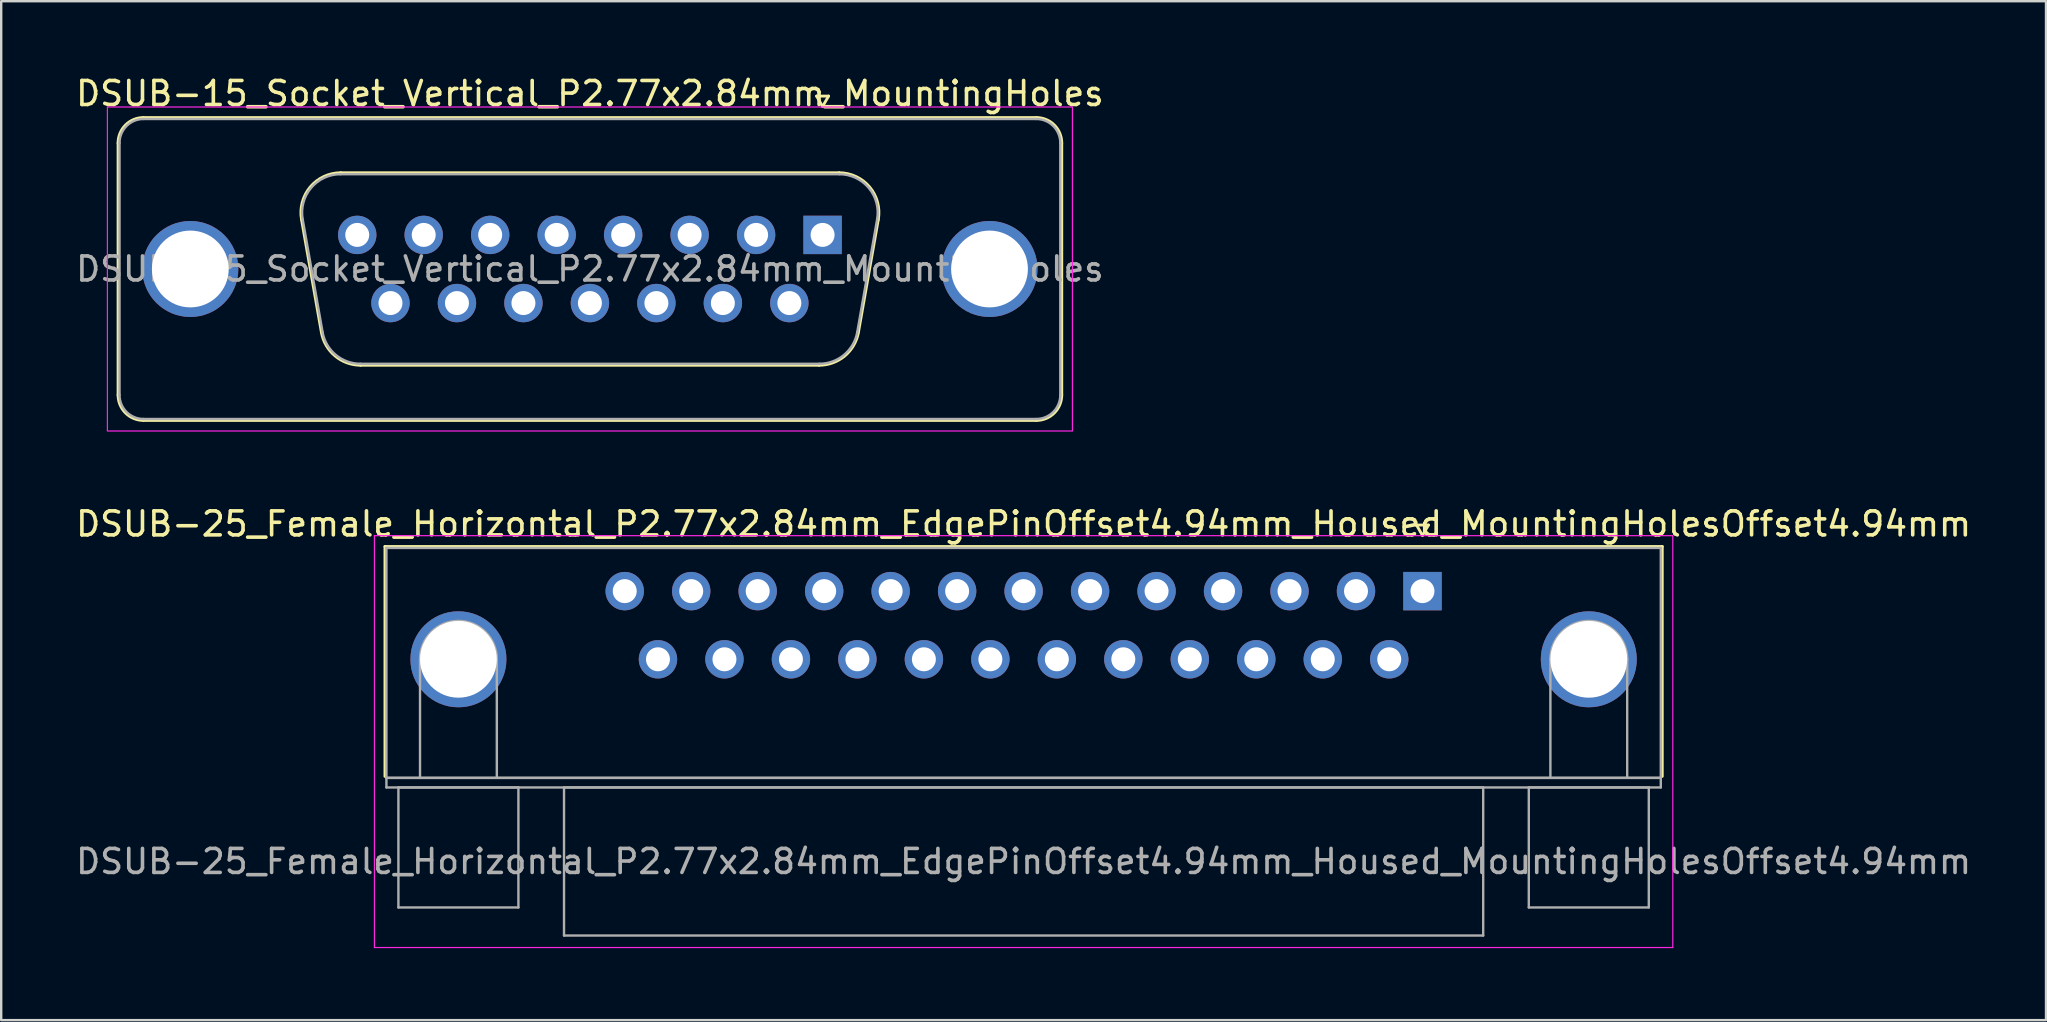
<source format=kicad_pcb>
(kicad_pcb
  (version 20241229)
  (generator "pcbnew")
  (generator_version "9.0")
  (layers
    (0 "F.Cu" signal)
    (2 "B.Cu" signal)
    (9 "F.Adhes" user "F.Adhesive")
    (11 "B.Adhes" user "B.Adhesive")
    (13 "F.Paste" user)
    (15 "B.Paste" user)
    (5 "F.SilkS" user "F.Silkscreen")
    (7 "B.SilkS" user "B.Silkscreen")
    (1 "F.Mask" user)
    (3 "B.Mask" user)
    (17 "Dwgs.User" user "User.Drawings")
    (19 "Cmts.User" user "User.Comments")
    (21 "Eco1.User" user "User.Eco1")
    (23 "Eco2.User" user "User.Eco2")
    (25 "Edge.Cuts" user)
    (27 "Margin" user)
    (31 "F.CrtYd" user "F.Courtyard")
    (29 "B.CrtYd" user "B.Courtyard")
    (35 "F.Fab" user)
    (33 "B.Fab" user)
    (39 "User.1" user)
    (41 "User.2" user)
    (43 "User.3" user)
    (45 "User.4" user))
  (footprint "DSUB-15_Socket_Vertical_P2.77x2.84mm_MountingHoles"
    (layer "F.Cu")
    (at 31.225 6.738)
    (property "Reference" "DSUB-15_Socket_Vertical_P2.77x2.84mm_MountingHoles" (at -9.695 -5.89 0) (layer "F.SilkS") (effects (font (size 1 1) (thickness 0.15))))
    (attr through_hole)
    (fp_line (start -29.355 6.67) (end -29.355 -3.83) (stroke (width 0.12) (type solid)) (layer "F.SilkS"))
    (fp_line (start -28.295 -4.89) (end 8.905 -4.89) (stroke (width 0.12) (type solid)) (layer "F.SilkS"))
    (fp_line (start -20.883 4.058) (end -21.711 -0.642) (stroke (width 0.12) (type solid)) (layer "F.SilkS"))
    (fp_line (start -20.077 -2.59) (end 0.687 -2.59) (stroke (width 0.12) (type solid)) (layer "F.SilkS"))
    (fp_line (start -0.25 -5.784) (end 0.25 -5.784) (stroke (width 0.12) (type solid)) (layer "F.SilkS"))
    (fp_line (start -0.142 5.43) (end -19.248 5.43) (stroke (width 0.12) (type solid)) (layer "F.SilkS"))
    (fp_line (start 0 -5.351) (end -0.25 -5.784) (stroke (width 0.12) (type solid)) (layer "F.SilkS"))
    (fp_line (start 0.25 -5.784) (end 0 -5.351) (stroke (width 0.12) (type solid)) (layer "F.SilkS"))
    (fp_line (start 2.321 -0.642) (end 1.493 4.058) (stroke (width 0.12) (type solid)) (layer "F.SilkS"))
    (fp_line (start 8.905 7.73) (end -28.295 7.73) (stroke (width 0.12) (type solid)) (layer "F.SilkS"))
    (fp_line (start 9.965 -3.83) (end 9.965 6.67) (stroke (width 0.12) (type solid)) (layer "F.SilkS"))
    (fp_arc (start -29.355 -3.83) (mid -29.044533 -4.579533) (end -28.295 -4.89) (stroke (width 0.12) (type solid)) (layer "F.SilkS"))
    (fp_arc (start -28.295 7.73) (mid -29.044533 7.419533) (end -29.355 6.67) (stroke (width 0.12) (type solid)) (layer "F.SilkS"))
    (fp_arc (start -21.71147 -0.641744) (mid -21.348323 -1.997027) (end -20.076689 -2.59) (stroke (width 0.12) (type solid)) (layer "F.SilkS"))
    (fp_arc (start -19.247952 5.43) (mid -20.31498 5.041634) (end -20.882733 4.058256) (stroke (width 0.12) (type solid)) (layer "F.SilkS"))
    (fp_arc (start 0.686689 -2.59) (mid 1.958323 -1.997027) (end 2.32147 -0.641744) (stroke (width 0.12) (type solid)) (layer "F.SilkS"))
    (fp_arc (start 1.492733 4.058256) (mid 0.92498 5.041634) (end -0.142048 5.43) (stroke (width 0.12) (type solid)) (layer "F.SilkS"))
    (fp_arc (start 8.905 -4.89) (mid 9.654533 -4.579533) (end 9.965 -3.83) (stroke (width 0.12) (type solid)) (layer "F.SilkS"))
    (fp_arc (start 9.965 6.67) (mid 9.654533 7.419533) (end 8.905 7.73) (stroke (width 0.12) (type solid)) (layer "F.SilkS"))
    (fp_rect (start -29.8 -5.33) (end 10.41 8.17) (stroke (width 0.05) (type solid)) (fill no) (layer "F.CrtYd"))
    (fp_line (start -29.295 6.67) (end -29.295 -3.83) (stroke (width 0.1) (type solid)) (layer "F.Fab"))
    (fp_line (start -28.295 -4.83) (end 8.905 -4.83) (stroke (width 0.1) (type solid)) (layer "F.Fab"))
    (fp_line (start -20.835 4.048) (end -21.664 -0.652) (stroke (width 0.1) (type solid)) (layer "F.Fab"))
    (fp_line (start -20.088 -2.53) (end 0.698 -2.53) (stroke (width 0.1) (type solid)) (layer "F.Fab"))
    (fp_line (start -0.131 5.37) (end -19.259 5.37) (stroke (width 0.1) (type solid)) (layer "F.Fab"))
    (fp_line (start 2.274 -0.652) (end 1.445 4.048) (stroke (width 0.1) (type solid)) (layer "F.Fab"))
    (fp_line (start 8.905 7.67) (end -28.295 7.67) (stroke (width 0.1) (type solid)) (layer "F.Fab"))
    (fp_line (start 9.905 -3.83) (end 9.905 6.67) (stroke (width 0.1) (type solid)) (layer "F.Fab"))
    (fp_arc (start -29.295 -3.83) (mid -29.002107 -4.537107) (end -28.295 -4.83) (stroke (width 0.1) (type solid)) (layer "F.Fab"))
    (fp_arc (start -28.295 7.67) (mid -29.002107 7.377107) (end -29.295 6.67) (stroke (width 0.1) (type solid)) (layer "F.Fab"))
    (fp_arc (start -21.663887 -0.652163) (mid -21.313865 -1.95846) (end -20.088194 -2.53) (stroke (width 0.1) (type solid)) (layer "F.Fab"))
    (fp_arc (start -19.259457 5.37) (mid -20.287918 4.995671) (end -20.83515 4.047837) (stroke (width 0.1) (type solid)) (layer "F.Fab"))
    (fp_arc (start 0.698194 -2.53) (mid 1.923865 -1.95846) (end 2.273887 -0.652163) (stroke (width 0.1) (type solid)) (layer "F.Fab"))
    (fp_arc (start 1.44515 4.047837) (mid 0.897918 4.995671) (end -0.130543 5.37) (stroke (width 0.1) (type solid)) (layer "F.Fab"))
    (fp_arc (start 8.905 -4.83) (mid 9.612107 -4.537107) (end 9.905 -3.83) (stroke (width 0.1) (type solid)) (layer "F.Fab"))
    (fp_arc (start 9.905 6.67) (mid 9.612107 7.377107) (end 8.905 7.67) (stroke (width 0.1) (type solid)) (layer "F.Fab"))
    (fp_text user "${REFERENCE}" (at -9.695 1.42 0) (layer "F.Fab") (effects (font (size 1 1) (thickness 0.15))))
    (pad "1" thru_hole rect (at 0 0) (size 1.6 1.6) (drill 1) (layers "*.Cu" "*.Mask"))
    (pad "2" thru_hole circle (at -2.77 0) (size 1.6 1.6) (drill 1) (layers "*.Cu" "*.Mask"))
    (pad "3" thru_hole circle (at -5.54 0) (size 1.6 1.6) (drill 1) (layers "*.Cu" "*.Mask"))
    (pad "4" thru_hole circle (at -8.31 0) (size 1.6 1.6) (drill 1) (layers "*.Cu" "*.Mask"))
    (pad "5" thru_hole circle (at -11.08 0) (size 1.6 1.6) (drill 1) (layers "*.Cu" "*.Mask"))
    (pad "6" thru_hole circle (at -13.85 0) (size 1.6 1.6) (drill 1) (layers "*.Cu" "*.Mask"))
    (pad "7" thru_hole circle (at -16.62 0) (size 1.6 1.6) (drill 1) (layers "*.Cu" "*.Mask"))
    (pad "8" thru_hole circle (at -19.39 0) (size 1.6 1.6) (drill 1) (layers "*.Cu" "*.Mask"))
    (pad "9" thru_hole circle (at -1.385 2.84) (size 1.6 1.6) (drill 1) (layers "*.Cu" "*.Mask"))
    (pad "10" thru_hole circle (at -4.155 2.84) (size 1.6 1.6) (drill 1) (layers "*.Cu" "*.Mask"))
    (pad "11" thru_hole circle (at -6.925 2.84) (size 1.6 1.6) (drill 1) (layers "*.Cu" "*.Mask"))
    (pad "12" thru_hole circle (at -9.695 2.84) (size 1.6 1.6) (drill 1) (layers "*.Cu" "*.Mask"))
    (pad "13" thru_hole circle (at -12.465 2.84) (size 1.6 1.6) (drill 1) (layers "*.Cu" "*.Mask"))
    (pad "14" thru_hole circle (at -15.235 2.84) (size 1.6 1.6) (drill 1) (layers "*.Cu" "*.Mask"))
    (pad "15" thru_hole circle (at -18.005 2.84) (size 1.6 1.6) (drill 1) (layers "*.Cu" "*.Mask"))
    (pad "SH" thru_hole circle (at -26.345 1.42) (size 4 4) (drill 3.2) (layers "*.Cu" "*.Mask"))
    (pad "SH" thru_hole circle (at 6.955 1.42) (size 4 4) (drill 3.2) (layers "*.Cu" "*.Mask")))
  (footprint "DSUB-25_Female_Horizontal_P2.77x2.84mm_EdgePinOffset4.94mm_Housed_MountingHolesOffset4.94mm"
    (layer "F.Cu")
    (at 56.221 21.581)
    (property "Reference" "DSUB-25_Female_Horizontal_P2.77x2.84mm_EdgePinOffset4.94mm_Housed_MountingHolesOffset4.94mm" (at -16.62 -2.8 0) (layer "F.SilkS") (effects (font (size 1 1) (thickness 0.15))))
    (attr through_hole)
    (fp_line (start -43.23 -1.86) (end 9.99 -1.86) (stroke (width 0.12) (type solid)) (layer "F.SilkS"))
    (fp_line (start -43.23 7.72) (end -43.23 -1.86) (stroke (width 0.12) (type solid)) (layer "F.SilkS"))
    (fp_line (start -0.25 -2.754) (end 0.25 -2.754) (stroke (width 0.12) (type solid)) (layer "F.SilkS"))
    (fp_line (start 0 -2.321) (end -0.25 -2.754) (stroke (width 0.12) (type solid)) (layer "F.SilkS"))
    (fp_line (start 0.25 -2.754) (end 0 -2.321) (stroke (width 0.12) (type solid)) (layer "F.SilkS"))
    (fp_line (start 9.99 -1.86) (end 9.99 7.72) (stroke (width 0.12) (type solid)) (layer "F.SilkS"))
    (fp_line (start -43.67 -2.31) (end -43.67 14.85) (stroke (width 0.05) (type solid)) (layer "F.CrtYd"))
    (fp_line (start -43.67 14.85) (end 10.43 14.85) (stroke (width 0.05) (type solid)) (layer "F.CrtYd"))
    (fp_line (start 10.43 -2.31) (end -43.67 -2.31) (stroke (width 0.05) (type solid)) (layer "F.CrtYd"))
    (fp_line (start 10.43 14.85) (end 10.43 -2.31) (stroke (width 0.05) (type solid)) (layer "F.CrtYd"))
    (fp_line (start -43.17 -1.8) (end -43.17 7.78) (stroke (width 0.1) (type solid)) (layer "F.Fab"))
    (fp_line (start -43.17 7.78) (end -43.17 8.18) (stroke (width 0.1) (type solid)) (layer "F.Fab"))
    (fp_line (start -43.17 7.78) (end 9.93 7.78) (stroke (width 0.1) (type solid)) (layer "F.Fab"))
    (fp_line (start -43.17 8.18) (end 9.93 8.18) (stroke (width 0.1) (type solid)) (layer "F.Fab"))
    (fp_line (start -42.67 8.18) (end -42.67 13.18) (stroke (width 0.1) (type solid)) (layer "F.Fab"))
    (fp_line (start -42.67 13.18) (end -37.67 13.18) (stroke (width 0.1) (type solid)) (layer "F.Fab"))
    (fp_line (start -41.77 7.78) (end -41.77 2.84) (stroke (width 0.1) (type solid)) (layer "F.Fab"))
    (fp_line (start -38.57 7.78) (end -38.57 2.84) (stroke (width 0.1) (type solid)) (layer "F.Fab"))
    (fp_line (start -37.67 8.18) (end -42.67 8.18) (stroke (width 0.1) (type solid)) (layer "F.Fab"))
    (fp_line (start -37.67 13.18) (end -37.67 8.18) (stroke (width 0.1) (type solid)) (layer "F.Fab"))
    (fp_line (start -35.77 8.18) (end -35.77 14.35) (stroke (width 0.1) (type solid)) (layer "F.Fab"))
    (fp_line (start -35.77 14.35) (end 2.53 14.35) (stroke (width 0.1) (type solid)) (layer "F.Fab"))
    (fp_line (start 2.53 8.18) (end -35.77 8.18) (stroke (width 0.1) (type solid)) (layer "F.Fab"))
    (fp_line (start 2.53 14.35) (end 2.53 8.18) (stroke (width 0.1) (type solid)) (layer "F.Fab"))
    (fp_line (start 4.43 8.18) (end 4.43 13.18) (stroke (width 0.1) (type solid)) (layer "F.Fab"))
    (fp_line (start 4.43 13.18) (end 9.43 13.18) (stroke (width 0.1) (type solid)) (layer "F.Fab"))
    (fp_line (start 5.33 7.78) (end 5.33 2.84) (stroke (width 0.1) (type solid)) (layer "F.Fab"))
    (fp_line (start 8.53 7.78) (end 8.53 2.84) (stroke (width 0.1) (type solid)) (layer "F.Fab"))
    (fp_line (start 9.43 8.18) (end 4.43 8.18) (stroke (width 0.1) (type solid)) (layer "F.Fab"))
    (fp_line (start 9.43 13.18) (end 9.43 8.18) (stroke (width 0.1) (type solid)) (layer "F.Fab"))
    (fp_line (start 9.93 -1.8) (end -43.17 -1.8) (stroke (width 0.1) (type solid)) (layer "F.Fab"))
    (fp_line (start 9.93 7.78) (end -43.17 7.78) (stroke (width 0.1) (type solid)) (layer "F.Fab"))
    (fp_line (start 9.93 7.78) (end 9.93 -1.8) (stroke (width 0.1) (type solid)) (layer "F.Fab"))
    (fp_line (start 9.93 8.18) (end 9.93 7.78) (stroke (width 0.1) (type solid)) (layer "F.Fab"))
    (fp_arc (start -41.77 2.84) (mid -40.17 1.24) (end -38.57 2.84) (stroke (width 0.1) (type solid)) (layer "F.Fab"))
    (fp_arc (start 5.33 2.84) (mid 6.93 1.24) (end 8.53 2.84) (stroke (width 0.1) (type solid)) (layer "F.Fab"))
    (fp_text user "${REFERENCE}" (at -16.62 11.265 0) (layer "F.Fab") (effects (font (size 1 1) (thickness 0.15))))
    (pad "0" thru_hole circle (at -40.17 2.84) (size 4 4) (drill 3.2) (layers "*.Cu" "*.Mask"))
    (pad "0" thru_hole circle (at 6.93 2.84) (size 4 4) (drill 3.2) (layers "*.Cu" "*.Mask"))
    (pad "1" thru_hole rect (at 0 0) (size 1.6 1.6) (drill 1) (layers "*.Cu" "*.Mask"))
    (pad "2" thru_hole circle (at -2.77 0) (size 1.6 1.6) (drill 1) (layers "*.Cu" "*.Mask"))
    (pad "3" thru_hole circle (at -5.54 0) (size 1.6 1.6) (drill 1) (layers "*.Cu" "*.Mask"))
    (pad "4" thru_hole circle (at -8.31 0) (size 1.6 1.6) (drill 1) (layers "*.Cu" "*.Mask"))
    (pad "5" thru_hole circle (at -11.08 0) (size 1.6 1.6) (drill 1) (layers "*.Cu" "*.Mask"))
    (pad "6" thru_hole circle (at -13.85 0) (size 1.6 1.6) (drill 1) (layers "*.Cu" "*.Mask"))
    (pad "7" thru_hole circle (at -16.62 0) (size 1.6 1.6) (drill 1) (layers "*.Cu" "*.Mask"))
    (pad "8" thru_hole circle (at -19.39 0) (size 1.6 1.6) (drill 1) (layers "*.Cu" "*.Mask"))
    (pad "9" thru_hole circle (at -22.16 0) (size 1.6 1.6) (drill 1) (layers "*.Cu" "*.Mask"))
    (pad "10" thru_hole circle (at -24.93 0) (size 1.6 1.6) (drill 1) (layers "*.Cu" "*.Mask"))
    (pad "11" thru_hole circle (at -27.7 0) (size 1.6 1.6) (drill 1) (layers "*.Cu" "*.Mask"))
    (pad "12" thru_hole circle (at -30.47 0) (size 1.6 1.6) (drill 1) (layers "*.Cu" "*.Mask"))
    (pad "13" thru_hole circle (at -33.24 0) (size 1.6 1.6) (drill 1) (layers "*.Cu" "*.Mask"))
    (pad "14" thru_hole circle (at -1.385 2.84) (size 1.6 1.6) (drill 1) (layers "*.Cu" "*.Mask"))
    (pad "15" thru_hole circle (at -4.155 2.84) (size 1.6 1.6) (drill 1) (layers "*.Cu" "*.Mask"))
    (pad "16" thru_hole circle (at -6.925 2.84) (size 1.6 1.6) (drill 1) (layers "*.Cu" "*.Mask"))
    (pad "17" thru_hole circle (at -9.695 2.84) (size 1.6 1.6) (drill 1) (layers "*.Cu" "*.Mask"))
    (pad "18" thru_hole circle (at -12.465 2.84) (size 1.6 1.6) (drill 1) (layers "*.Cu" "*.Mask"))
    (pad "19" thru_hole circle (at -15.235 2.84) (size 1.6 1.6) (drill 1) (layers "*.Cu" "*.Mask"))
    (pad "20" thru_hole circle (at -18.005 2.84) (size 1.6 1.6) (drill 1) (layers "*.Cu" "*.Mask"))
    (pad "21" thru_hole circle (at -20.775 2.84) (size 1.6 1.6) (drill 1) (layers "*.Cu" "*.Mask"))
    (pad "22" thru_hole circle (at -23.545 2.84) (size 1.6 1.6) (drill 1) (layers "*.Cu" "*.Mask"))
    (pad "23" thru_hole circle (at -26.315 2.84) (size 1.6 1.6) (drill 1) (layers "*.Cu" "*.Mask"))
    (pad "24" thru_hole circle (at -29.085 2.84) (size 1.6 1.6) (drill 1) (layers "*.Cu" "*.Mask"))
    (pad "25" thru_hole circle (at -31.855 2.84) (size 1.6 1.6) (drill 1) (layers "*.Cu" "*.Mask")))
  (gr_rect
    (start -3 -3)
    (end 82.202 39.456)
    (stroke (width 0.1) (type default))
    (fill no)
    (layer "Edge.Cuts")))
</source>
